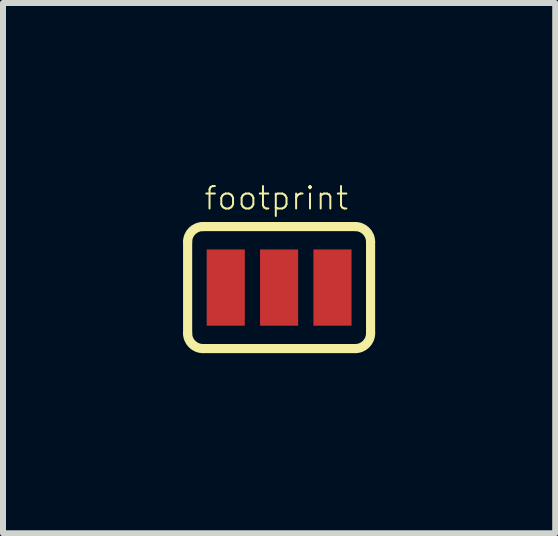
<source format=kicad_pcb>
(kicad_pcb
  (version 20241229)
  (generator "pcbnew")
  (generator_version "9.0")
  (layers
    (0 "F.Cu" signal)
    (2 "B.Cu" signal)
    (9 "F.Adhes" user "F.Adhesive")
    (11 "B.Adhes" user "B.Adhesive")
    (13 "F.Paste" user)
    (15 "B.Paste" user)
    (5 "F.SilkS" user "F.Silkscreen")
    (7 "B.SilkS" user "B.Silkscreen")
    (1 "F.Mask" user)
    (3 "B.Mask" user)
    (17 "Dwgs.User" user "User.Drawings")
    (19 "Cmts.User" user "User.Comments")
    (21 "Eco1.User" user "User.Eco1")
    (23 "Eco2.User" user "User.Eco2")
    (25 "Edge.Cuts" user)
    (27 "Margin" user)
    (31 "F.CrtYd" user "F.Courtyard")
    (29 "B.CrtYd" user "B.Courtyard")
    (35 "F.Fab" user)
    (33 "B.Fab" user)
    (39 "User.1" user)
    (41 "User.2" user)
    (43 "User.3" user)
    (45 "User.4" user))
  (footprint "footprint"
    (layer "F.Cu")
    (at 1.6 1.741)
    (property "Reference" "footprint" (at -1.27 -1.27 0) (layer "F.SilkS") (effects (font (size 0.374 0.374) (thickness 0.033)) (justify left bottom)))
    (fp_line (start -1.524 0.762) (end -1.524 -0.762) (stroke (width 0.152) (type solid)) (layer "F.SilkS"))
    (fp_line (start -1.27 -1.016) (end 1.27 -1.016) (stroke (width 0.152) (type solid)) (layer "F.SilkS"))
    (fp_line (start 1.27 1.016) (end -1.27 1.016) (stroke (width 0.152) (type solid)) (layer "F.SilkS"))
    (fp_line (start 1.524 0.762) (end 1.524 -0.762) (stroke (width 0.152) (type solid)) (layer "F.SilkS"))
    (fp_arc (start -1.524 -0.762) (mid -1.449605 -0.941605) (end -1.27 -1.016) (stroke (width 0.1524) (type solid)) (layer "F.SilkS"))
    (fp_arc (start -1.27 1.016) (mid -1.449605 0.941605) (end -1.524 0.762) (stroke (width 0.1524) (type solid)) (layer "F.SilkS"))
    (fp_arc (start 1.27 -1.016) (mid 1.449605 -0.941605) (end 1.524 -0.762) (stroke (width 0.1524) (type solid)) (layer "F.SilkS"))
    (fp_arc (start 1.524 0.762) (mid 1.449605 0.941605) (end 1.27 1.016) (stroke (width 0.1524) (type solid)) (layer "F.SilkS"))
    (pad "1" smd rect (at -0.889 0) (size 0.635 1.27) (layers "F.Cu" "F.Mask"))
    (pad "2" smd rect (at 0 0) (size 0.635 1.27) (layers "F.Cu" "F.Mask"))
    (pad "3" smd rect (at 0.889 0) (size 0.635 1.27) (layers "F.Cu" "F.Mask")))
  (gr_rect
    (start -3 -3)
    (end 6.2 5.834)
    (stroke (width 0.1) (type default))
    (fill no)
    (layer "Edge.Cuts")))
</source>
